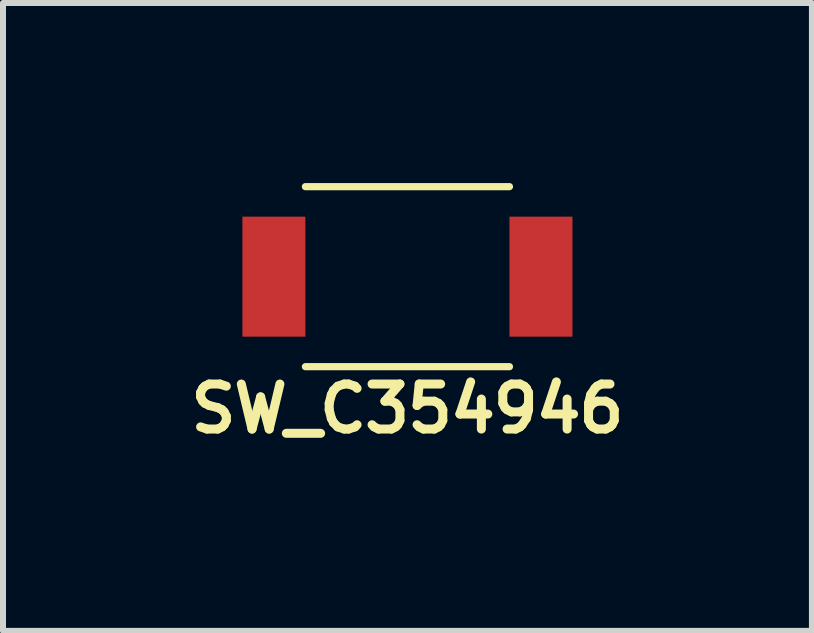
<source format=kicad_pcb>
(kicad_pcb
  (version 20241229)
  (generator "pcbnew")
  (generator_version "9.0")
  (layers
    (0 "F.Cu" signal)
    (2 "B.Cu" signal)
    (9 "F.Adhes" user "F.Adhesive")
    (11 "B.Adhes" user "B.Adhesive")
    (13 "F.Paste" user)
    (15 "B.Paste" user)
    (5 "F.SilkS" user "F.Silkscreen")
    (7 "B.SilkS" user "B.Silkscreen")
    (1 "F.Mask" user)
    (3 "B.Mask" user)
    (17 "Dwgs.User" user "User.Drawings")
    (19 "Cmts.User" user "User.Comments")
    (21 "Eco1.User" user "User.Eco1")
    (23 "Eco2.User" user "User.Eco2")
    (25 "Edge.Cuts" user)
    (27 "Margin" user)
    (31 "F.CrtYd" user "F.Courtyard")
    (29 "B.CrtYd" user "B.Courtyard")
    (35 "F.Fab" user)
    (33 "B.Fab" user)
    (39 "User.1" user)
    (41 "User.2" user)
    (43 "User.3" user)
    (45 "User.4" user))
  (footprint "SW_C354946"
    (layer "F.Cu")
    (at 3.739 1.56)
    (property "Reference" "SW_C354946" (at 0 2.2 0) (layer "F.SilkS") (effects (font (size 0.75 0.75) (thickness 0.15))))
    (attr through_hole)
    (fp_line (start -1.7 -1.5) (end 1.7 -1.5) (stroke (width 0.12) (type solid)) (layer "F.SilkS"))
    (fp_line (start -1.7 1.5) (end 1.7 1.5) (stroke (width 0.12) (type solid)) (layer "F.SilkS"))
    (pad "1" smd rect (at 2.225 0) (size 1.05 2) (layers "F.Cu" "F.Mask" "F.Paste"))
    (pad "2" smd rect (at -2.225 0) (size 1.05 2) (layers "F.Cu" "F.Mask" "F.Paste")))
  (gr_rect
    (start -3 -3)
    (end 10.479 7.462)
    (stroke (width 0.1) (type default))
    (fill no)
    (layer "Edge.Cuts")))
</source>
